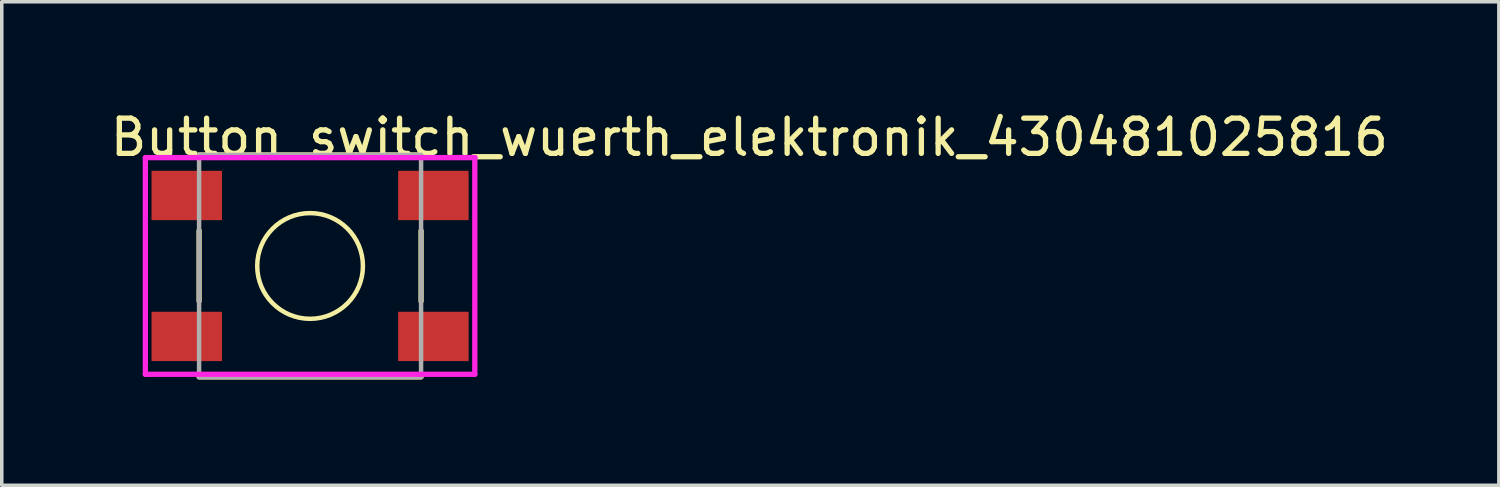
<source format=kicad_pcb>
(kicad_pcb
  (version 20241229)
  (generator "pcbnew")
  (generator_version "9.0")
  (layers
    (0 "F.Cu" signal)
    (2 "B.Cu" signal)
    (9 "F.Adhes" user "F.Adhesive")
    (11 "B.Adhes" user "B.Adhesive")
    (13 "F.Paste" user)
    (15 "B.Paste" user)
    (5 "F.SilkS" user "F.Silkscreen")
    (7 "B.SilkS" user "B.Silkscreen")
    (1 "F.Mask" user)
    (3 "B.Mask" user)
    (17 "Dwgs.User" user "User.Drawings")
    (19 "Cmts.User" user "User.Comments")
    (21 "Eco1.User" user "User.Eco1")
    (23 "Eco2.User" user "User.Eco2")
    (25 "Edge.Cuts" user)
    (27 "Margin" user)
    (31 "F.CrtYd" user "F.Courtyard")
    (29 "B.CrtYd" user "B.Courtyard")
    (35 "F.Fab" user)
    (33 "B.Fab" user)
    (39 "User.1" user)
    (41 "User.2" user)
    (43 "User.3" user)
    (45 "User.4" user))
  (footprint "Button_switch_wuerth_elektronik_430481025816"
    (layer "F.Cu")
    (at 5.75 4.498)
    (property "Reference" "Button_switch_wuerth_elektronik_430481025816" (at -5.75 -3.65 0) (layer "F.SilkS") (effects (font (size 1 1) (thickness 0.15)) (justify left)))
    (attr through_hole)
    (fp_line (start -3.15 -3.15) (end 1.3 -3.15) (stroke (width 0.15) (type solid)) (layer "F.SilkS"))
    (fp_line (start -3.15 1) (end -3.15 -1) (stroke (width 0.15) (type solid)) (layer "F.SilkS"))
    (fp_line (start -3.15 3.15) (end 3.15 3.15) (stroke (width 0.15) (type solid)) (layer "F.SilkS"))
    (fp_line (start 1.3 -3.15) (end 3.15 -3.15) (stroke (width 0.15) (type solid)) (layer "F.SilkS"))
    (fp_line (start 3.15 1) (end 3.15 -1) (stroke (width 0.15) (type solid)) (layer "F.SilkS"))
    (fp_circle (center -0.000013 0) (end 1.5 0) (stroke (width 0.127) (type solid)) (fill no) (layer "F.SilkS"))
    (fp_line (start -4.675 -3.075) (end -4.675 3.075) (stroke (width 0.15) (type solid)) (layer "F.CrtYd"))
    (fp_line (start -4.675 3.075) (end 4.675 3.075) (stroke (width 0.15) (type solid)) (layer "F.CrtYd"))
    (fp_line (start 4.675 -3.075) (end -4.675 -3.075) (stroke (width 0.15) (type solid)) (layer "F.CrtYd"))
    (fp_line (start 4.675 -3.075) (end 4.675 -3.075) (stroke (width 0.15) (type solid)) (layer "F.CrtYd"))
    (fp_line (start 4.675 3.075) (end 4.675 -3.075) (stroke (width 0.15) (type solid)) (layer "F.CrtYd"))
    (fp_line (start -3.15 -3.15) (end 3.15 -3.15) (stroke (width 0.127) (type solid)) (layer "F.Fab"))
    (fp_line (start -3.15 3.15) (end -3.15 -3.15) (stroke (width 0.127) (type solid)) (layer "F.Fab"))
    (fp_line (start -3.15 3.15) (end 3.15 3.15) (stroke (width 0.127) (type solid)) (layer "F.Fab"))
    (fp_line (start 3.15 3.15) (end 3.15 -3.15) (stroke (width 0.127) (type solid)) (layer "F.Fab"))
    (pad "1" smd rect (at -3.5 -2) (size 2 1.4) (layers "F.Cu" "F.Mask" "F.Paste"))
    (pad "2" smd rect (at 3.5 -2) (size 2 1.4) (layers "F.Cu" "F.Mask" "F.Paste"))
    (pad "3" smd rect (at -3.5 2) (size 2 1.4) (layers "F.Cu" "F.Mask" "F.Paste"))
    (pad "4" smd rect (at 3.5 2) (size 2 1.4) (layers "F.Cu" "F.Mask" "F.Paste")))
  (gr_rect
    (start -3 -3)
    (end 39.488 10.723)
    (stroke (width 0.1) (type default))
    (fill no)
    (layer "Edge.Cuts")))
</source>
